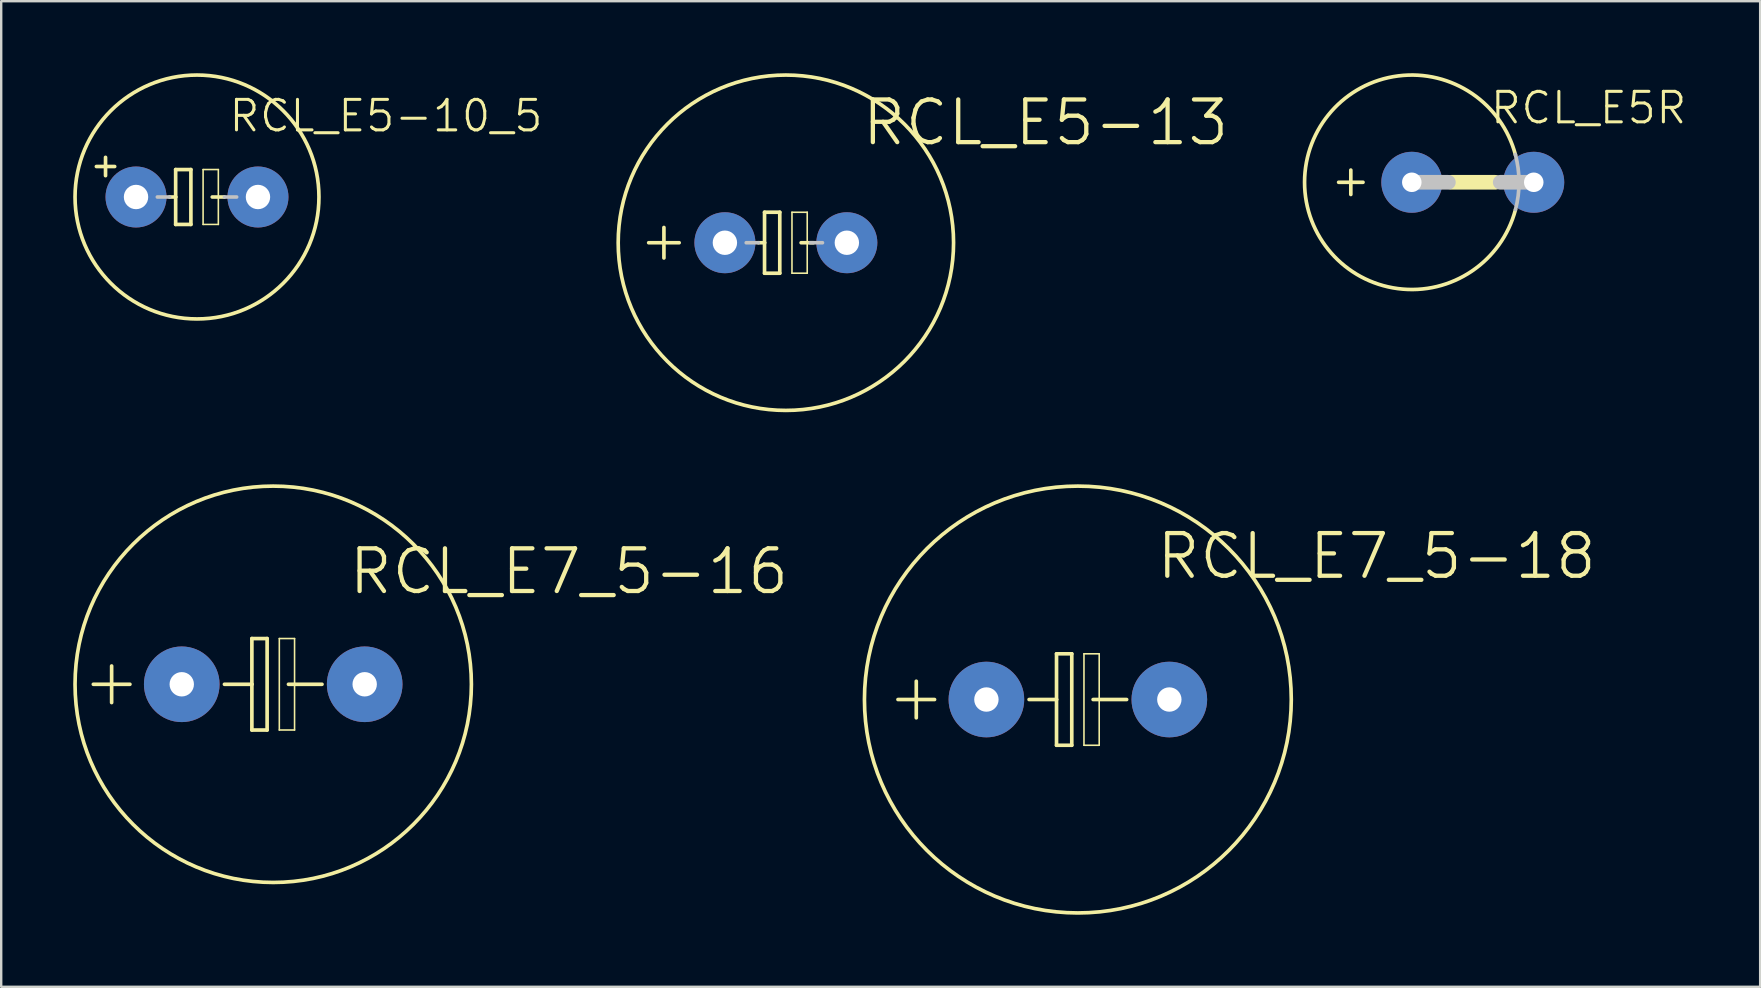
<source format=kicad_pcb>
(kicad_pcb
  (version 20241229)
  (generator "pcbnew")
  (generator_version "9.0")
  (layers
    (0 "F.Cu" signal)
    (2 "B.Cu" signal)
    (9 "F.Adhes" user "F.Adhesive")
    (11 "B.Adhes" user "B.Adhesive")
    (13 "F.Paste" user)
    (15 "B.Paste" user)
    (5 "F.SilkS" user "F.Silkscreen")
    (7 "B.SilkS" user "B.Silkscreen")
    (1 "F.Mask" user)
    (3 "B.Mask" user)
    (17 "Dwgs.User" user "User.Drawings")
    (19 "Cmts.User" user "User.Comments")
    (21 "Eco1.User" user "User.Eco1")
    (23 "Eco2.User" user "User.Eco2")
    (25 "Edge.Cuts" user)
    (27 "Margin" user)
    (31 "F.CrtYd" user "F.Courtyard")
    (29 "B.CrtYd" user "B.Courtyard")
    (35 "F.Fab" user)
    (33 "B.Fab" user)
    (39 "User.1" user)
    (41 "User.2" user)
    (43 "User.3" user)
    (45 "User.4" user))
  (footprint "RCL_E5R"
    (layer "F.Cu")
    (at 58.299 4.543)
    (property "Reference" "RCL_E5R" (at 4.826 -3.099 0) (layer "F.SilkS") (effects (font (size 1.27 1.27) (thickness 0.127))))
    (attr exclude_from_pos_files exclude_from_bom)
    (fp_line (start -5.588 0) (end -4.572 0) (stroke (width 0.152) (type solid)) (layer "F.SilkS"))
    (fp_line (start -5.08 0.508) (end -5.08 -0.508) (stroke (width 0.152) (type solid)) (layer "F.SilkS"))
    (fp_line (start -0.889 0) (end 0.94 0) (stroke (width 0.61) (type solid)) (layer "F.SilkS"))
    (fp_arc (start 1.778 1.143) (mid -7.006714 -0.005962) (end 1.781036 -1.131468) (stroke (width 0.1524) (type solid)) (layer "F.SilkS"))
    (fp_line (start -2.54 0) (end -1.016 0) (stroke (width 0.61) (type solid)) (layer "Dwgs.User"))
    (fp_line (start 2.54 0) (end 1.143 0) (stroke (width 0.61) (type solid)) (layer "Dwgs.User"))
    (fp_arc (start 1.77292 -1.16078) (mid 1.926377 -0.012757) (end 1.77948 1.136124) (stroke (width 0.1524) (type solid)) (layer "Dwgs.User"))
    (pad "+" thru_hole circle (at -2.54 0) (size 2.54 2.54) (drill 0.813) (layers "*.Cu" "*.Paste" "*.Mask"))
    (pad "-" thru_hole circle (at 2.54 0) (size 2.54 2.54) (drill 0.813) (layers "*.Cu" "*.Paste" "*.Mask")))
  (footprint "RCL_E7_5-18"
    (layer "F.Cu")
    (at 41.849 26.089)
    (property "Reference" "RCL_E7_5-18" (at 12.446 -5.969 0) (layer "F.SilkS") (effects (font (size 1.778 1.778) (thickness 0.178))))
    (attr exclude_from_pos_files exclude_from_bom)
    (fp_line (start -7.493 0) (end -5.969 0) (stroke (width 0.152) (type solid)) (layer "F.SilkS"))
    (fp_line (start -6.731 0.762) (end -6.731 -0.762) (stroke (width 0.152) (type solid)) (layer "F.SilkS"))
    (fp_line (start -0.889 -1.905) (end -0.889 0) (stroke (width 0.152) (type solid)) (layer "F.SilkS"))
    (fp_line (start -0.889 0) (end -2.032 0) (stroke (width 0.152) (type solid)) (layer "F.SilkS"))
    (fp_line (start -0.889 0) (end -0.889 1.905) (stroke (width 0.152) (type solid)) (layer "F.SilkS"))
    (fp_line (start -0.889 1.905) (end -0.254 1.905) (stroke (width 0.152) (type solid)) (layer "F.SilkS"))
    (fp_line (start -0.254 -1.905) (end -0.889 -1.905) (stroke (width 0.152) (type solid)) (layer "F.SilkS"))
    (fp_line (start -0.254 1.905) (end -0.254 -1.905) (stroke (width 0.152) (type solid)) (layer "F.SilkS"))
    (fp_line (start 0.254 -1.905) (end 0.889 -1.905) (stroke (width 0.066) (type solid)) (layer "F.SilkS"))
    (fp_line (start 0.254 1.905) (end 0.254 -1.905) (stroke (width 0.066) (type solid)) (layer "F.SilkS"))
    (fp_line (start 0.254 1.905) (end 0.889 1.905) (stroke (width 0.066) (type solid)) (layer "F.SilkS"))
    (fp_line (start 0.635 0) (end 2.032 0) (stroke (width 0.152) (type solid)) (layer "F.SilkS"))
    (fp_line (start 0.889 1.905) (end 0.889 -1.905) (stroke (width 0.066) (type solid)) (layer "F.SilkS"))
    (fp_circle (center 0 0) (end 0 -8.89) (stroke (width 0.152) (type solid)) (fill no) (layer "F.SilkS"))
    (pad "+" thru_hole circle (at -3.81 0) (size 3.15 3.15) (drill 1.016) (layers "*.Cu" "*.Paste" "*.Mask"))
    (pad "-" thru_hole circle (at 3.81 0) (size 3.15 3.15) (drill 1.016) (layers "*.Cu" "*.Paste" "*.Mask")))
  (footprint "RCL_E7_5-16"
    (layer "F.Cu")
    (at 8.331 25.454)
    (property "Reference" "RCL_E7_5-16" (at 12.319 -4.699 0) (layer "F.SilkS") (effects (font (size 1.778 1.778) (thickness 0.178))))
    (attr exclude_from_pos_files exclude_from_bom)
    (fp_line (start -7.493 0) (end -5.969 0) (stroke (width 0.152) (type solid)) (layer "F.SilkS"))
    (fp_line (start -6.731 0.762) (end -6.731 -0.762) (stroke (width 0.152) (type solid)) (layer "F.SilkS"))
    (fp_line (start -0.889 -1.905) (end -0.889 0) (stroke (width 0.152) (type solid)) (layer "F.SilkS"))
    (fp_line (start -0.889 0) (end -2.032 0) (stroke (width 0.152) (type solid)) (layer "F.SilkS"))
    (fp_line (start -0.889 0) (end -0.889 1.905) (stroke (width 0.152) (type solid)) (layer "F.SilkS"))
    (fp_line (start -0.889 1.905) (end -0.254 1.905) (stroke (width 0.152) (type solid)) (layer "F.SilkS"))
    (fp_line (start -0.254 -1.905) (end -0.889 -1.905) (stroke (width 0.152) (type solid)) (layer "F.SilkS"))
    (fp_line (start -0.254 1.905) (end -0.254 -1.905) (stroke (width 0.152) (type solid)) (layer "F.SilkS"))
    (fp_line (start 0.254 -1.905) (end 0.889 -1.905) (stroke (width 0.066) (type solid)) (layer "F.SilkS"))
    (fp_line (start 0.254 1.905) (end 0.254 -1.905) (stroke (width 0.066) (type solid)) (layer "F.SilkS"))
    (fp_line (start 0.254 1.905) (end 0.889 1.905) (stroke (width 0.066) (type solid)) (layer "F.SilkS"))
    (fp_line (start 0.635 0) (end 2.032 0) (stroke (width 0.152) (type solid)) (layer "F.SilkS"))
    (fp_line (start 0.889 1.905) (end 0.889 -1.905) (stroke (width 0.066) (type solid)) (layer "F.SilkS"))
    (fp_circle (center 0 0) (end 0 -8.255) (stroke (width 0.152) (type solid)) (fill no) (layer "F.SilkS"))
    (pad "+" thru_hole circle (at -3.81 0) (size 3.15 3.15) (drill 1.016) (layers "*.Cu" "*.Paste" "*.Mask"))
    (pad "-" thru_hole circle (at 3.81 0) (size 3.15 3.15) (drill 1.016) (layers "*.Cu" "*.Paste" "*.Mask")))
  (footprint "RCL_E5-10_5"
    (layer "F.Cu")
    (at 5.156 5.156)
    (property "Reference" "RCL_E5-10_5" (at 7.874 -3.378 0) (layer "F.SilkS") (effects (font (size 1.27 1.27) (thickness 0.127))))
    (attr exclude_from_pos_files exclude_from_bom)
    (fp_line (start -3.81 -1.651) (end -3.81 -0.889) (stroke (width 0.152) (type solid)) (layer "F.SilkS"))
    (fp_line (start -3.429 -1.27) (end -4.191 -1.27) (stroke (width 0.152) (type solid)) (layer "F.SilkS"))
    (fp_line (start -1.143 0) (end -0.889 0) (stroke (width 0.152) (type solid)) (layer "F.SilkS"))
    (fp_line (start -0.889 -1.143) (end -0.889 0) (stroke (width 0.152) (type solid)) (layer "F.SilkS"))
    (fp_line (start -0.889 0) (end -0.889 1.143) (stroke (width 0.152) (type solid)) (layer "F.SilkS"))
    (fp_line (start -0.889 1.143) (end -0.254 1.143) (stroke (width 0.152) (type solid)) (layer "F.SilkS"))
    (fp_line (start -0.254 -1.143) (end -0.889 -1.143) (stroke (width 0.152) (type solid)) (layer "F.SilkS"))
    (fp_line (start -0.254 1.143) (end -0.254 -1.143) (stroke (width 0.152) (type solid)) (layer "F.SilkS"))
    (fp_line (start 0.254 -1.143) (end 0.889 -1.143) (stroke (width 0.066) (type solid)) (layer "F.SilkS"))
    (fp_line (start 0.254 1.143) (end 0.254 -1.143) (stroke (width 0.066) (type solid)) (layer "F.SilkS"))
    (fp_line (start 0.254 1.143) (end 0.889 1.143) (stroke (width 0.066) (type solid)) (layer "F.SilkS"))
    (fp_line (start 0.635 0) (end 1.143 0) (stroke (width 0.152) (type solid)) (layer "F.SilkS"))
    (fp_line (start 0.889 1.143) (end 0.889 -1.143) (stroke (width 0.066) (type solid)) (layer "F.SilkS"))
    (fp_circle (center 0 0) (end 0 -5.08) (stroke (width 0.152) (type solid)) (fill no) (layer "F.SilkS"))
    (fp_line (start -1.651 0) (end -1.143 0) (stroke (width 0.152) (type solid)) (layer "Dwgs.User"))
    (fp_line (start 1.143 0) (end 1.651 0) (stroke (width 0.152) (type solid)) (layer "Dwgs.User"))
    (pad "+" thru_hole circle (at -2.54 0) (size 2.54 2.54) (drill 1.016) (layers "*.Cu" "*.Paste" "*.Mask"))
    (pad "-" thru_hole circle (at 2.54 0) (size 2.54 2.54) (drill 1.016) (layers "*.Cu" "*.Paste" "*.Mask")))
  (footprint "RCL_E5-13"
    (layer "F.Cu")
    (at 29.686 7.061)
    (property "Reference" "RCL_E5-13" (at 10.82 -5.004 0) (layer "F.SilkS") (effects (font (size 1.778 1.778) (thickness 0.178))))
    (attr exclude_from_pos_files exclude_from_bom)
    (fp_line (start -5.715 0) (end -4.445 0) (stroke (width 0.152) (type solid)) (layer "F.SilkS"))
    (fp_line (start -5.08 0.635) (end -5.08 -0.635) (stroke (width 0.152) (type solid)) (layer "F.SilkS"))
    (fp_line (start -1.143 0) (end -0.889 0) (stroke (width 0.152) (type solid)) (layer "F.SilkS"))
    (fp_line (start -0.889 -1.27) (end -0.889 0) (stroke (width 0.152) (type solid)) (layer "F.SilkS"))
    (fp_line (start -0.889 0) (end -0.889 1.27) (stroke (width 0.152) (type solid)) (layer "F.SilkS"))
    (fp_line (start -0.889 1.27) (end -0.254 1.27) (stroke (width 0.152) (type solid)) (layer "F.SilkS"))
    (fp_line (start -0.254 -1.27) (end -0.889 -1.27) (stroke (width 0.152) (type solid)) (layer "F.SilkS"))
    (fp_line (start -0.254 1.27) (end -0.254 -1.27) (stroke (width 0.152) (type solid)) (layer "F.SilkS"))
    (fp_line (start 0.254 -1.27) (end 0.889 -1.27) (stroke (width 0.066) (type solid)) (layer "F.SilkS"))
    (fp_line (start 0.254 1.27) (end 0.254 -1.27) (stroke (width 0.066) (type solid)) (layer "F.SilkS"))
    (fp_line (start 0.254 1.27) (end 0.889 1.27) (stroke (width 0.066) (type solid)) (layer "F.SilkS"))
    (fp_line (start 0.635 0) (end 1.143 0) (stroke (width 0.152) (type solid)) (layer "F.SilkS"))
    (fp_line (start 0.889 1.27) (end 0.889 -1.27) (stroke (width 0.066) (type solid)) (layer "F.SilkS"))
    (fp_circle (center 0 0) (end 0 -6.985) (stroke (width 0.152) (type solid)) (fill no) (layer "F.SilkS"))
    (fp_line (start -1.651 0) (end -1.143 0) (stroke (width 0.152) (type solid)) (layer "Dwgs.User"))
    (fp_line (start 1.016 0) (end 1.524 0) (stroke (width 0.152) (type solid)) (layer "Dwgs.User"))
    (pad "+" thru_hole circle (at -2.54 0) (size 2.54 2.54) (drill 1.016) (layers "*.Cu" "*.Paste" "*.Mask"))
    (pad "-" thru_hole circle (at 2.54 0) (size 2.54 2.54) (drill 1.016) (layers "*.Cu" "*.Paste" "*.Mask")))
  (gr_rect
    (start -3 -3)
    (end 70.27 38.055)
    (stroke (width 0.1) (type default))
    (fill no)
    (layer "Edge.Cuts")))
</source>
